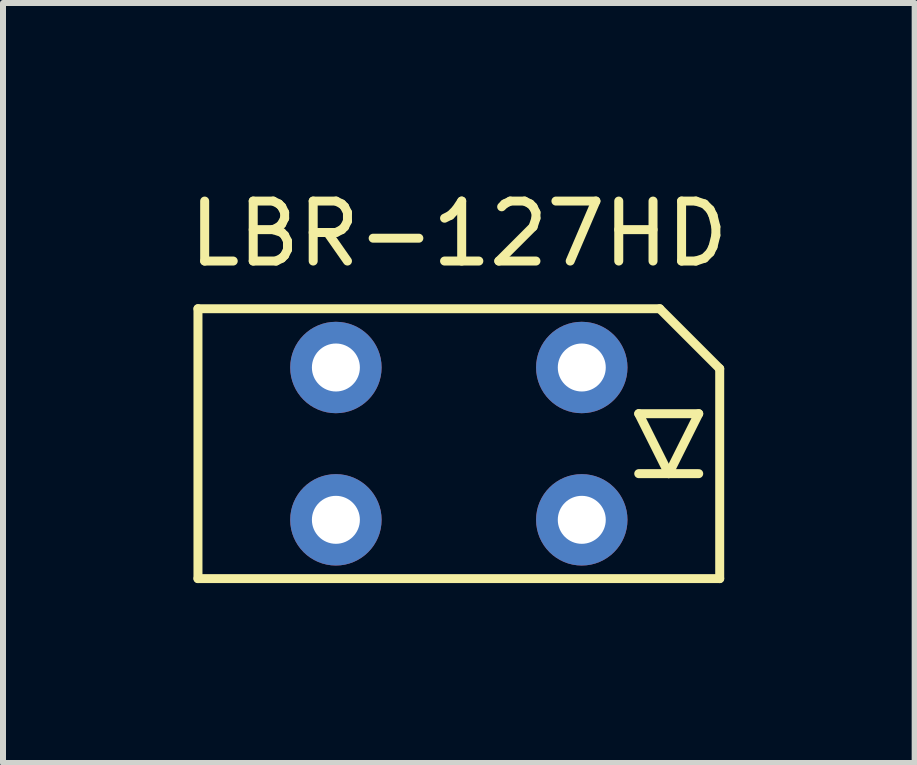
<source format=kicad_pcb>
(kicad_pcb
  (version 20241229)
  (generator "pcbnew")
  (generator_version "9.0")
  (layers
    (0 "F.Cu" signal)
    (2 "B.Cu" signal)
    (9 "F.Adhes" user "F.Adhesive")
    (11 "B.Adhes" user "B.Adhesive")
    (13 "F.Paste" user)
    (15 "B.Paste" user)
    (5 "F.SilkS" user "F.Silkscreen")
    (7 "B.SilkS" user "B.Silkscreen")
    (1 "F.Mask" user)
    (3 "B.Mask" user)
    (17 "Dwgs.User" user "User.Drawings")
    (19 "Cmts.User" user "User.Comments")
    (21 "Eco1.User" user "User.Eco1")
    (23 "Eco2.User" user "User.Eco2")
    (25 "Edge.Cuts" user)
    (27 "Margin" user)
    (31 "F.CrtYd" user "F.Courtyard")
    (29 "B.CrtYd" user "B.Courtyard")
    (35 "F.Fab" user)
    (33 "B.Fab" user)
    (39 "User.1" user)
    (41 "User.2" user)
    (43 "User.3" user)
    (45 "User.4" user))
  (footprint "LBR-127HD"
    (layer "F.Cu")
    (at 4.601 4.348)
    (property "Reference" "LBR-127HD" (at 0 -3.5 0) (layer "F.SilkS") (effects (font (size 1 1) (thickness 0.15))))
    (attr through_hole)
    (fp_line (start -4.35 -2.25) (end -4.35 2.25) (stroke (width 0.15) (type solid)) (layer "F.SilkS"))
    (fp_line (start 3 -0.5) (end 4 -0.5) (stroke (width 0.15) (type solid)) (layer "F.SilkS"))
    (fp_line (start 3 0.5) (end 4 0.5) (stroke (width 0.15) (type solid)) (layer "F.SilkS"))
    (fp_line (start 3.35 -2.25) (end -4.35 -2.25) (stroke (width 0.15) (type solid)) (layer "F.SilkS"))
    (fp_line (start 3.35 -2.25) (end 4.35 -1.25) (stroke (width 0.15) (type solid)) (layer "F.SilkS"))
    (fp_line (start 3.5 0.5) (end 3 -0.5) (stroke (width 0.15) (type solid)) (layer "F.SilkS"))
    (fp_line (start 4 -0.5) (end 3.5 0.5) (stroke (width 0.15) (type solid)) (layer "F.SilkS"))
    (fp_line (start 4.35 -1.25) (end 4.35 2.25) (stroke (width 0.15) (type solid)) (layer "F.SilkS"))
    (fp_line (start 4.35 2.25) (end -4.35 2.25) (stroke (width 0.15) (type solid)) (layer "F.SilkS"))
    (pad "1" thru_hole circle (at 2.05 -1.27) (size 1.524 1.524) (drill 0.8) (layers "*.Cu" "*.Mask"))
    (pad "2" thru_hole circle (at 2.05 1.27) (size 1.524 1.524) (drill 0.8) (layers "*.Cu" "*.Mask"))
    (pad "3" thru_hole circle (at -2.05 -1.27) (size 1.524 1.524) (drill 0.8) (layers "*.Cu" "*.Mask"))
    (pad "4" thru_hole circle (at -2.05 1.27) (size 1.524 1.524) (drill 0.8) (layers "*.Cu" "*.Mask")))
  (gr_rect
    (start -3 -3)
    (end 12.202 9.673)
    (stroke (width 0.1) (type default))
    (fill no)
    (layer "Edge.Cuts")))
</source>
